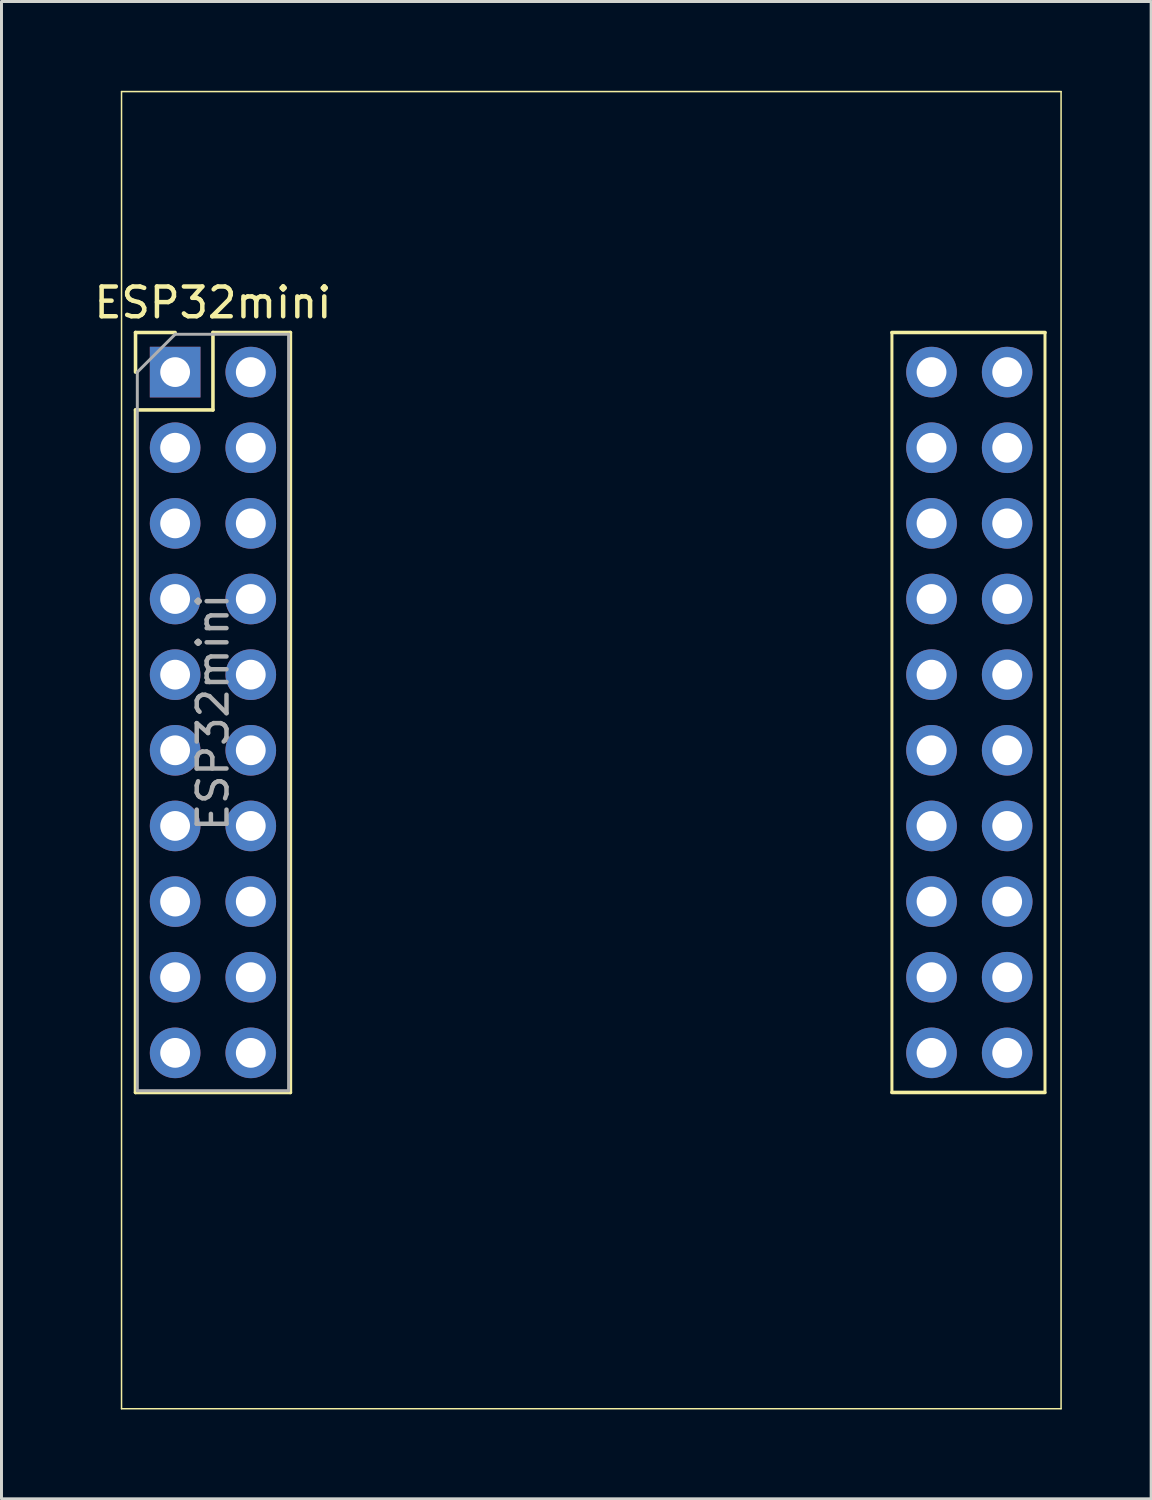
<source format=kicad_pcb>
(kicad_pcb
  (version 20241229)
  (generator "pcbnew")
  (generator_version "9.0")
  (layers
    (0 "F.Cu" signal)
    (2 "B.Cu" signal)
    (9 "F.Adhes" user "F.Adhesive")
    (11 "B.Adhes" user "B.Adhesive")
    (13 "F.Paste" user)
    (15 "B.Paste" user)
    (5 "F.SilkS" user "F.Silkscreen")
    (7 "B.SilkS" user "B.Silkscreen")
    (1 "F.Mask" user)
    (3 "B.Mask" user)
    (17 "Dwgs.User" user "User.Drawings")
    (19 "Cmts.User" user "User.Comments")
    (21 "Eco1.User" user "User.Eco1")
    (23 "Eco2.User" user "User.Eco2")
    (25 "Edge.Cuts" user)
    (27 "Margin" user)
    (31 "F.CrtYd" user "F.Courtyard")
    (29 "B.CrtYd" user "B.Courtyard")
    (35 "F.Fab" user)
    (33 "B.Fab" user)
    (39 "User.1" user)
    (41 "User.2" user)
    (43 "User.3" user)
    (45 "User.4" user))
  (footprint "ESP32mini"
    (layer "F.Cu")
    (at 2.831 9.445)
    (property "Reference" "ESP32mini" (at 1.27 -2.33 0) (layer "F.SilkS") (effects (font (size 1 1) (thickness 0.15))))
    (attr through_hole)
    (fp_line (start -1.8 -9.42) (end -1.8 34.81) (stroke (width 0.05) (type solid)) (layer "F.SilkS"))
    (fp_line (start -1.8 34.81) (end 29.75 34.81) (stroke (width 0.05) (type solid)) (layer "F.SilkS"))
    (fp_line (start -1.33 -1.33) (end 0 -1.33) (stroke (width 0.12) (type solid)) (layer "F.SilkS"))
    (fp_line (start -1.33 0) (end -1.33 -1.33) (stroke (width 0.12) (type solid)) (layer "F.SilkS"))
    (fp_line (start -1.33 1.27) (end -1.33 24.19) (stroke (width 0.12) (type solid)) (layer "F.SilkS"))
    (fp_line (start -1.33 1.27) (end 1.27 1.27) (stroke (width 0.12) (type solid)) (layer "F.SilkS"))
    (fp_line (start -1.33 24.19) (end 3.87 24.19) (stroke (width 0.12) (type solid)) (layer "F.SilkS"))
    (fp_line (start 1.27 -1.33) (end 3.87 -1.33) (stroke (width 0.12) (type solid)) (layer "F.SilkS"))
    (fp_line (start 1.27 1.27) (end 1.27 -1.33) (stroke (width 0.12) (type solid)) (layer "F.SilkS"))
    (fp_line (start 3.87 -1.33) (end 3.87 24.19) (stroke (width 0.12) (type solid)) (layer "F.SilkS"))
    (fp_line (start 24.07 -1.33) (end 24.07 24.19) (stroke (width 0.1) (type solid)) (layer "F.SilkS"))
    (fp_line (start 24.07 -1.33) (end 29.21 -1.33) (stroke (width 0.12) (type solid)) (layer "F.SilkS"))
    (fp_line (start 24.07 24.19) (end 29.21 24.19) (stroke (width 0.12) (type solid)) (layer "F.SilkS"))
    (fp_line (start 29.21 -1.33) (end 29.21 24.13) (stroke (width 0.1) (type solid)) (layer "F.SilkS"))
    (fp_line (start 29.75 -9.42) (end -1.8 -9.42) (stroke (width 0.05) (type solid)) (layer "F.SilkS"))
    (fp_line (start 29.75 -9.42) (end 29.75 34.81) (stroke (width 0.05) (type solid)) (layer "F.SilkS"))
    (fp_line (start -1.27 0) (end 0 -1.27) (stroke (width 0.1) (type solid)) (layer "F.Fab"))
    (fp_line (start -1.27 24.13) (end -1.27 0) (stroke (width 0.1) (type solid)) (layer "F.Fab"))
    (fp_line (start 0 -1.27) (end 3.81 -1.27) (stroke (width 0.1) (type solid)) (layer "F.Fab"))
    (fp_line (start 3.81 -1.27) (end 3.81 24.13) (stroke (width 0.1) (type solid)) (layer "F.Fab"))
    (fp_line (start 3.81 24.13) (end -1.27 24.13) (stroke (width 0.1) (type solid)) (layer "F.Fab"))
    (fp_text user "${REFERENCE}" (at 1.27 11.43 90) (layer "F.Fab") (effects (font (size 1 1) (thickness 0.15))))
    (pad "1" thru_hole rect (at 0 0) (size 1.7 1.7) (drill 1) (layers "*.Cu" "*.Mask"))
    (pad "2" thru_hole oval (at 2.54 0) (size 1.7 1.7) (drill 1) (layers "*.Cu" "*.Mask"))
    (pad "3" thru_hole oval (at 0 2.54) (size 1.7 1.7) (drill 1) (layers "*.Cu" "*.Mask"))
    (pad "4" thru_hole oval (at 2.54 2.54) (size 1.7 1.7) (drill 1) (layers "*.Cu" "*.Mask"))
    (pad "5" thru_hole oval (at 0 5.08) (size 1.7 1.7) (drill 1) (layers "*.Cu" "*.Mask"))
    (pad "6" thru_hole oval (at 2.54 5.08) (size 1.7 1.7) (drill 1) (layers "*.Cu" "*.Mask"))
    (pad "7" thru_hole oval (at 0 7.62) (size 1.7 1.7) (drill 1) (layers "*.Cu" "*.Mask"))
    (pad "8" thru_hole oval (at 2.54 7.62) (size 1.7 1.7) (drill 1) (layers "*.Cu" "*.Mask"))
    (pad "9" thru_hole oval (at 0 10.16) (size 1.7 1.7) (drill 1) (layers "*.Cu" "*.Mask"))
    (pad "10" thru_hole oval (at 2.54 10.16) (size 1.7 1.7) (drill 1) (layers "*.Cu" "*.Mask"))
    (pad "11" thru_hole oval (at 0 12.7) (size 1.7 1.7) (drill 1) (layers "*.Cu" "*.Mask"))
    (pad "12" thru_hole oval (at 2.54 12.7) (size 1.7 1.7) (drill 1) (layers "*.Cu" "*.Mask"))
    (pad "13" thru_hole oval (at 0 15.24) (size 1.7 1.7) (drill 1) (layers "*.Cu" "*.Mask"))
    (pad "14" thru_hole oval (at 2.54 15.24) (size 1.7 1.7) (drill 1) (layers "*.Cu" "*.Mask"))
    (pad "15" thru_hole oval (at 0 17.78) (size 1.7 1.7) (drill 1) (layers "*.Cu" "*.Mask"))
    (pad "16" thru_hole oval (at 2.54 17.78) (size 1.7 1.7) (drill 1) (layers "*.Cu" "*.Mask"))
    (pad "17" thru_hole oval (at 0 20.32) (size 1.7 1.7) (drill 1) (layers "*.Cu" "*.Mask"))
    (pad "18" thru_hole oval (at 2.54 20.32) (size 1.7 1.7) (drill 1) (layers "*.Cu" "*.Mask"))
    (pad "19" thru_hole oval (at 0 22.86) (size 1.7 1.7) (drill 1) (layers "*.Cu" "*.Mask"))
    (pad "20" thru_hole oval (at 2.54 22.86) (size 1.7 1.7) (drill 1) (layers "*.Cu" "*.Mask"))
    (pad "21" thru_hole oval (at 25.4 0) (size 1.7 1.7) (drill 1) (layers "*.Cu" "*.Mask"))
    (pad "22" thru_hole oval (at 27.94 0) (size 1.7 1.7) (drill 1) (layers "*.Cu" "*.Mask"))
    (pad "23" thru_hole oval (at 25.4 2.54) (size 1.7 1.7) (drill 1) (layers "*.Cu" "*.Mask"))
    (pad "24" thru_hole oval (at 27.94 2.54) (size 1.7 1.7) (drill 1) (layers "*.Cu" "*.Mask"))
    (pad "25" thru_hole oval (at 25.4 5.08) (size 1.7 1.7) (drill 1) (layers "*.Cu" "*.Mask"))
    (pad "26" thru_hole oval (at 27.94 5.08) (size 1.7 1.7) (drill 1) (layers "*.Cu" "*.Mask"))
    (pad "27" thru_hole oval (at 25.4 7.62) (size 1.7 1.7) (drill 1) (layers "*.Cu" "*.Mask"))
    (pad "28" thru_hole oval (at 27.94 7.62) (size 1.7 1.7) (drill 1) (layers "*.Cu" "*.Mask"))
    (pad "29" thru_hole oval (at 25.4 10.16) (size 1.7 1.7) (drill 1) (layers "*.Cu" "*.Mask"))
    (pad "30" thru_hole oval (at 27.94 10.16) (size 1.7 1.7) (drill 1) (layers "*.Cu" "*.Mask"))
    (pad "31" thru_hole oval (at 25.4 12.7) (size 1.7 1.7) (drill 1) (layers "*.Cu" "*.Mask"))
    (pad "32" thru_hole oval (at 27.94 12.7) (size 1.7 1.7) (drill 1) (layers "*.Cu" "*.Mask"))
    (pad "33" thru_hole oval (at 25.4 15.24) (size 1.7 1.7) (drill 1) (layers "*.Cu" "*.Mask"))
    (pad "34" thru_hole oval (at 27.94 15.24) (size 1.7 1.7) (drill 1) (layers "*.Cu" "*.Mask"))
    (pad "35" thru_hole oval (at 25.4 17.78) (size 1.7 1.7) (drill 1) (layers "*.Cu" "*.Mask"))
    (pad "36" thru_hole oval (at 27.94 17.78) (size 1.7 1.7) (drill 1) (layers "*.Cu" "*.Mask"))
    (pad "37" thru_hole oval (at 25.4 20.32) (size 1.7 1.7) (drill 1) (layers "*.Cu" "*.Mask"))
    (pad "38" thru_hole oval (at 27.94 20.32) (size 1.7 1.7) (drill 1) (layers "*.Cu" "*.Mask"))
    (pad "39" thru_hole oval (at 25.4 22.86) (size 1.7 1.7) (drill 1) (layers "*.Cu" "*.Mask"))
    (pad "40" thru_hole oval (at 27.94 22.86) (size 1.7 1.7) (drill 1) (layers "*.Cu" "*.Mask")))
  (gr_rect
    (start -3 -3)
    (end 35.606 47.28)
    (stroke (width 0.1) (type default))
    (fill no)
    (layer "Edge.Cuts")))
</source>
